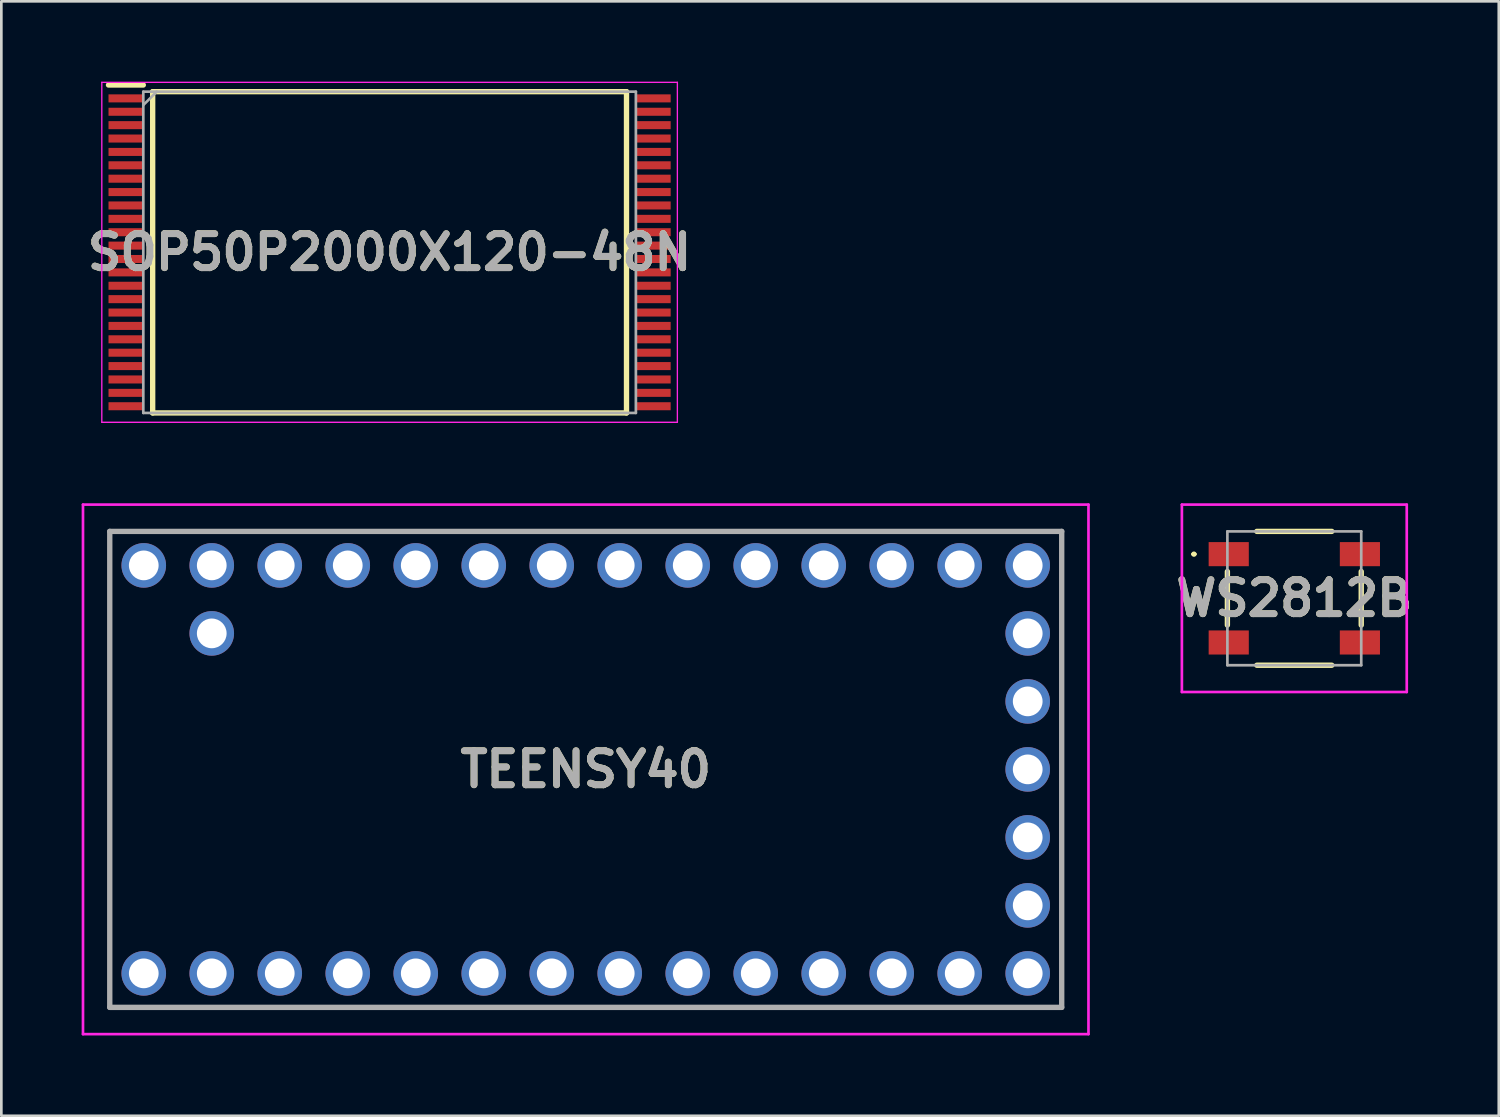
<source format=kicad_pcb>
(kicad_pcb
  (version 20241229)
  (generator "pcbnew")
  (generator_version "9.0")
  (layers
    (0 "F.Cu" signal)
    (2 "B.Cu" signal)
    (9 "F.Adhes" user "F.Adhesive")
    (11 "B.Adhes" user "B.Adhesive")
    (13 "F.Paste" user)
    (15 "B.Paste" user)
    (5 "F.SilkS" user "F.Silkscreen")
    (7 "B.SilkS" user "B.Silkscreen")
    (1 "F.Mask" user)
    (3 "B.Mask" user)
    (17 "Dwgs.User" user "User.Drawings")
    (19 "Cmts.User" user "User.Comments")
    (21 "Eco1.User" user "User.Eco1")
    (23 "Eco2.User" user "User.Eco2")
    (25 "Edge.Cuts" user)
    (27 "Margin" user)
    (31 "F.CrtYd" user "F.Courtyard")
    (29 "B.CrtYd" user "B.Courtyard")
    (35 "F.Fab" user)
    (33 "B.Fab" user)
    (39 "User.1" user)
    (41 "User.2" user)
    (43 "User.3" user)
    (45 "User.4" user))
  (footprint "SOP50P2000X120-48N"
    (layer "F.Cu")
    (at 11.503 6.375)
    (property "Reference" "SOP50P2000X120-48N" (at 0 0 0) (layer "F.SilkS") (effects (font (size 1.27 1.27) (thickness 0.254))))
    (attr smd)
    (fp_line (start -10.5 -6.25) (end -9.2 -6.25) (stroke (width 0.2) (type solid)) (layer "F.SilkS"))
    (fp_line (start -8.85 -6) (end 8.85 -6) (stroke (width 0.2) (type solid)) (layer "F.SilkS"))
    (fp_line (start -8.85 6) (end -8.85 -6) (stroke (width 0.2) (type solid)) (layer "F.SilkS"))
    (fp_line (start 8.85 -6) (end 8.85 6) (stroke (width 0.2) (type solid)) (layer "F.SilkS"))
    (fp_line (start 8.85 6) (end -8.85 6) (stroke (width 0.2) (type solid)) (layer "F.SilkS"))
    (fp_line (start -10.75 -6.35) (end 10.75 -6.35) (stroke (width 0.05) (type solid)) (layer "F.CrtYd"))
    (fp_line (start -10.75 6.35) (end -10.75 -6.35) (stroke (width 0.05) (type solid)) (layer "F.CrtYd"))
    (fp_line (start 10.75 -6.35) (end 10.75 6.35) (stroke (width 0.05) (type solid)) (layer "F.CrtYd"))
    (fp_line (start 10.75 6.35) (end -10.75 6.35) (stroke (width 0.05) (type solid)) (layer "F.CrtYd"))
    (fp_line (start -9.2 -6) (end 9.2 -6) (stroke (width 0.1) (type solid)) (layer "F.Fab"))
    (fp_line (start -9.2 -5.5) (end -8.7 -6) (stroke (width 0.1) (type solid)) (layer "F.Fab"))
    (fp_line (start -9.2 6) (end -9.2 -6) (stroke (width 0.1) (type solid)) (layer "F.Fab"))
    (fp_line (start 9.2 -6) (end 9.2 6) (stroke (width 0.1) (type solid)) (layer "F.Fab"))
    (fp_line (start 9.2 6) (end -9.2 6) (stroke (width 0.1) (type solid)) (layer "F.Fab"))
    (fp_text user "${REFERENCE}" (at 0 0 0) (layer "F.Fab") (effects (font (size 1.27 1.27) (thickness 0.254))))
    (pad "1" smd rect (at -9.85 -5.75 90) (size 0.3 1.3) (layers "F.Cu" "F.Mask" "F.Paste"))
    (pad "2" smd rect (at -9.85 -5.25 90) (size 0.3 1.3) (layers "F.Cu" "F.Mask" "F.Paste"))
    (pad "3" smd rect (at -9.85 -4.75 90) (size 0.3 1.3) (layers "F.Cu" "F.Mask" "F.Paste"))
    (pad "4" smd rect (at -9.85 -4.25 90) (size 0.3 1.3) (layers "F.Cu" "F.Mask" "F.Paste"))
    (pad "5" smd rect (at -9.85 -3.75 90) (size 0.3 1.3) (layers "F.Cu" "F.Mask" "F.Paste"))
    (pad "6" smd rect (at -9.85 -3.25 90) (size 0.3 1.3) (layers "F.Cu" "F.Mask" "F.Paste"))
    (pad "7" smd rect (at -9.85 -2.75 90) (size 0.3 1.3) (layers "F.Cu" "F.Mask" "F.Paste"))
    (pad "8" smd rect (at -9.85 -2.25 90) (size 0.3 1.3) (layers "F.Cu" "F.Mask" "F.Paste"))
    (pad "9" smd rect (at -9.85 -1.75 90) (size 0.3 1.3) (layers "F.Cu" "F.Mask" "F.Paste"))
    (pad "10" smd rect (at -9.85 -1.25 90) (size 0.3 1.3) (layers "F.Cu" "F.Mask" "F.Paste"))
    (pad "11" smd rect (at -9.85 -0.75 90) (size 0.3 1.3) (layers "F.Cu" "F.Mask" "F.Paste"))
    (pad "12" smd rect (at -9.85 -0.25 90) (size 0.3 1.3) (layers "F.Cu" "F.Mask" "F.Paste"))
    (pad "13" smd rect (at -9.85 0.25 90) (size 0.3 1.3) (layers "F.Cu" "F.Mask" "F.Paste"))
    (pad "14" smd rect (at -9.85 0.75 90) (size 0.3 1.3) (layers "F.Cu" "F.Mask" "F.Paste"))
    (pad "15" smd rect (at -9.85 1.25 90) (size 0.3 1.3) (layers "F.Cu" "F.Mask" "F.Paste"))
    (pad "16" smd rect (at -9.85 1.75 90) (size 0.3 1.3) (layers "F.Cu" "F.Mask" "F.Paste"))
    (pad "17" smd rect (at -9.85 2.25 90) (size 0.3 1.3) (layers "F.Cu" "F.Mask" "F.Paste"))
    (pad "18" smd rect (at -9.85 2.75 90) (size 0.3 1.3) (layers "F.Cu" "F.Mask" "F.Paste"))
    (pad "19" smd rect (at -9.85 3.25 90) (size 0.3 1.3) (layers "F.Cu" "F.Mask" "F.Paste"))
    (pad "20" smd rect (at -9.85 3.75 90) (size 0.3 1.3) (layers "F.Cu" "F.Mask" "F.Paste"))
    (pad "21" smd rect (at -9.85 4.25 90) (size 0.3 1.3) (layers "F.Cu" "F.Mask" "F.Paste"))
    (pad "22" smd rect (at -9.85 4.75 90) (size 0.3 1.3) (layers "F.Cu" "F.Mask" "F.Paste"))
    (pad "23" smd rect (at -9.85 5.25 90) (size 0.3 1.3) (layers "F.Cu" "F.Mask" "F.Paste"))
    (pad "24" smd rect (at -9.85 5.75 90) (size 0.3 1.3) (layers "F.Cu" "F.Mask" "F.Paste"))
    (pad "25" smd rect (at 9.85 5.75 90) (size 0.3 1.3) (layers "F.Cu" "F.Mask" "F.Paste"))
    (pad "26" smd rect (at 9.85 5.25 90) (size 0.3 1.3) (layers "F.Cu" "F.Mask" "F.Paste"))
    (pad "27" smd rect (at 9.85 4.75 90) (size 0.3 1.3) (layers "F.Cu" "F.Mask" "F.Paste"))
    (pad "28" smd rect (at 9.85 4.25 90) (size 0.3 1.3) (layers "F.Cu" "F.Mask" "F.Paste"))
    (pad "29" smd rect (at 9.85 3.75 90) (size 0.3 1.3) (layers "F.Cu" "F.Mask" "F.Paste"))
    (pad "30" smd rect (at 9.85 3.25 90) (size 0.3 1.3) (layers "F.Cu" "F.Mask" "F.Paste"))
    (pad "31" smd rect (at 9.85 2.75 90) (size 0.3 1.3) (layers "F.Cu" "F.Mask" "F.Paste"))
    (pad "32" smd rect (at 9.85 2.25 90) (size 0.3 1.3) (layers "F.Cu" "F.Mask" "F.Paste"))
    (pad "33" smd rect (at 9.85 1.75 90) (size 0.3 1.3) (layers "F.Cu" "F.Mask" "F.Paste"))
    (pad "34" smd rect (at 9.85 1.25 90) (size 0.3 1.3) (layers "F.Cu" "F.Mask" "F.Paste"))
    (pad "35" smd rect (at 9.85 0.75 90) (size 0.3 1.3) (layers "F.Cu" "F.Mask" "F.Paste"))
    (pad "36" smd rect (at 9.85 0.25 90) (size 0.3 1.3) (layers "F.Cu" "F.Mask" "F.Paste"))
    (pad "37" smd rect (at 9.85 -0.25 90) (size 0.3 1.3) (layers "F.Cu" "F.Mask" "F.Paste"))
    (pad "38" smd rect (at 9.85 -0.75 90) (size 0.3 1.3) (layers "F.Cu" "F.Mask" "F.Paste"))
    (pad "39" smd rect (at 9.85 -1.25 90) (size 0.3 1.3) (layers "F.Cu" "F.Mask" "F.Paste"))
    (pad "40" smd rect (at 9.85 -1.75 90) (size 0.3 1.3) (layers "F.Cu" "F.Mask" "F.Paste"))
    (pad "41" smd rect (at 9.85 -2.25 90) (size 0.3 1.3) (layers "F.Cu" "F.Mask" "F.Paste"))
    (pad "42" smd rect (at 9.85 -2.75 90) (size 0.3 1.3) (layers "F.Cu" "F.Mask" "F.Paste"))
    (pad "43" smd rect (at 9.85 -3.25 90) (size 0.3 1.3) (layers "F.Cu" "F.Mask" "F.Paste"))
    (pad "44" smd rect (at 9.85 -3.75 90) (size 0.3 1.3) (layers "F.Cu" "F.Mask" "F.Paste"))
    (pad "45" smd rect (at 9.85 -4.25 90) (size 0.3 1.3) (layers "F.Cu" "F.Mask" "F.Paste"))
    (pad "46" smd rect (at 9.85 -4.75 90) (size 0.3 1.3) (layers "F.Cu" "F.Mask" "F.Paste"))
    (pad "47" smd rect (at 9.85 -5.25 90) (size 0.3 1.3) (layers "F.Cu" "F.Mask" "F.Paste"))
    (pad "48" smd rect (at 9.85 -5.75 90) (size 0.3 1.3) (layers "F.Cu" "F.Mask" "F.Paste")))
  (footprint "TEENSY40"
    (layer "F.Cu")
    (at 2.32 33.31)
    (property "Reference" "TEENSY40" (at 16.51 -7.62 0) (layer "F.SilkS") (effects (font (size 1.27 1.27) (thickness 0.254))))
    (attr through_hole)
    (fp_line (start -1.27 -16.51) (end 34.29 -16.51) (stroke (width 0.1) (type solid)) (layer "F.SilkS"))
    (fp_line (start -1.27 1.27) (end -1.27 -16.51) (stroke (width 0.1) (type solid)) (layer "F.SilkS"))
    (fp_line (start 34.29 -16.51) (end 34.29 1.27) (stroke (width 0.1) (type solid)) (layer "F.SilkS"))
    (fp_line (start 34.29 1.27) (end -1.27 1.27) (stroke (width 0.1) (type solid)) (layer "F.SilkS"))
    (fp_line (start -2.27 -17.51) (end 35.29 -17.51) (stroke (width 0.1) (type solid)) (layer "F.CrtYd"))
    (fp_line (start -2.27 2.27) (end -2.27 -17.51) (stroke (width 0.1) (type solid)) (layer "F.CrtYd"))
    (fp_line (start 35.29 -17.51) (end 35.29 2.27) (stroke (width 0.1) (type solid)) (layer "F.CrtYd"))
    (fp_line (start 35.29 2.27) (end -2.27 2.27) (stroke (width 0.1) (type solid)) (layer "F.CrtYd"))
    (fp_line (start -1.27 -16.51) (end 34.29 -16.51) (stroke (width 0.2) (type solid)) (layer "F.Fab"))
    (fp_line (start -1.27 1.27) (end -1.27 -16.51) (stroke (width 0.2) (type solid)) (layer "F.Fab"))
    (fp_line (start 34.29 -16.51) (end 34.29 1.27) (stroke (width 0.2) (type solid)) (layer "F.Fab"))
    (fp_line (start 34.29 1.27) (end -1.27 1.27) (stroke (width 0.2) (type solid)) (layer "F.Fab"))
    (fp_text user "${REFERENCE}" (at 16.51 -7.62 0) (layer "F.Fab") (effects (font (size 1.27 1.27) (thickness 0.254))))
    (pad "1" thru_hole circle (at 0 0) (size 1.665 1.665) (drill 1.11) (layers "*.Cu" "*.Mask"))
    (pad "2" thru_hole circle (at 2.54 0) (size 1.665 1.665) (drill 1.11) (layers "*.Cu" "*.Mask"))
    (pad "3" thru_hole circle (at 5.08 0) (size 1.665 1.665) (drill 1.11) (layers "*.Cu" "*.Mask"))
    (pad "4" thru_hole circle (at 7.62 0) (size 1.665 1.665) (drill 1.11) (layers "*.Cu" "*.Mask"))
    (pad "5" thru_hole circle (at 10.16 0) (size 1.665 1.665) (drill 1.11) (layers "*.Cu" "*.Mask"))
    (pad "6" thru_hole circle (at 12.7 0) (size 1.665 1.665) (drill 1.11) (layers "*.Cu" "*.Mask"))
    (pad "7" thru_hole circle (at 15.24 0) (size 1.665 1.665) (drill 1.11) (layers "*.Cu" "*.Mask"))
    (pad "8" thru_hole circle (at 17.78 0) (size 1.665 1.665) (drill 1.11) (layers "*.Cu" "*.Mask"))
    (pad "9" thru_hole circle (at 20.32 0) (size 1.665 1.665) (drill 1.11) (layers "*.Cu" "*.Mask"))
    (pad "10" thru_hole circle (at 22.86 0) (size 1.665 1.665) (drill 1.11) (layers "*.Cu" "*.Mask"))
    (pad "11" thru_hole circle (at 25.4 0) (size 1.665 1.665) (drill 1.11) (layers "*.Cu" "*.Mask"))
    (pad "12" thru_hole circle (at 27.94 0) (size 1.665 1.665) (drill 1.11) (layers "*.Cu" "*.Mask"))
    (pad "13" thru_hole circle (at 30.48 0) (size 1.665 1.665) (drill 1.11) (layers "*.Cu" "*.Mask"))
    (pad "14" thru_hole circle (at 33.02 0) (size 1.665 1.665) (drill 1.11) (layers "*.Cu" "*.Mask"))
    (pad "15" thru_hole circle (at 33.02 -2.54) (size 1.665 1.665) (drill 1.11) (layers "*.Cu" "*.Mask"))
    (pad "16" thru_hole circle (at 33.02 -5.08) (size 1.665 1.665) (drill 1.11) (layers "*.Cu" "*.Mask"))
    (pad "17" thru_hole circle (at 33.02 -7.62) (size 1.665 1.665) (drill 1.11) (layers "*.Cu" "*.Mask"))
    (pad "18" thru_hole circle (at 33.02 -10.16) (size 1.665 1.665) (drill 1.11) (layers "*.Cu" "*.Mask"))
    (pad "19" thru_hole circle (at 33.02 -12.7) (size 1.665 1.665) (drill 1.11) (layers "*.Cu" "*.Mask"))
    (pad "20" thru_hole circle (at 33.02 -15.24) (size 1.665 1.665) (drill 1.11) (layers "*.Cu" "*.Mask"))
    (pad "21" thru_hole circle (at 30.48 -15.24) (size 1.665 1.665) (drill 1.11) (layers "*.Cu" "*.Mask"))
    (pad "22" thru_hole circle (at 27.94 -15.24) (size 1.665 1.665) (drill 1.11) (layers "*.Cu" "*.Mask"))
    (pad "23" thru_hole circle (at 25.4 -15.24) (size 1.665 1.665) (drill 1.11) (layers "*.Cu" "*.Mask"))
    (pad "24" thru_hole circle (at 22.86 -15.24) (size 1.665 1.665) (drill 1.11) (layers "*.Cu" "*.Mask"))
    (pad "25" thru_hole circle (at 20.32 -15.24) (size 1.665 1.665) (drill 1.11) (layers "*.Cu" "*.Mask"))
    (pad "26" thru_hole circle (at 17.78 -15.24) (size 1.665 1.665) (drill 1.11) (layers "*.Cu" "*.Mask"))
    (pad "27" thru_hole circle (at 15.24 -15.24) (size 1.665 1.665) (drill 1.11) (layers "*.Cu" "*.Mask"))
    (pad "28" thru_hole circle (at 12.7 -15.24) (size 1.665 1.665) (drill 1.11) (layers "*.Cu" "*.Mask"))
    (pad "29" thru_hole circle (at 10.16 -15.24) (size 1.665 1.665) (drill 1.11) (layers "*.Cu" "*.Mask"))
    (pad "30" thru_hole circle (at 7.62 -15.24) (size 1.665 1.665) (drill 1.11) (layers "*.Cu" "*.Mask"))
    (pad "31" thru_hole circle (at 5.08 -15.24) (size 1.665 1.665) (drill 1.11) (layers "*.Cu" "*.Mask"))
    (pad "32" thru_hole circle (at 2.54 -15.24) (size 1.665 1.665) (drill 1.11) (layers "*.Cu" "*.Mask"))
    (pad "33" thru_hole circle (at 0 -15.24) (size 1.665 1.665) (drill 1.11) (layers "*.Cu" "*.Mask"))
    (pad "34" thru_hole circle (at 2.54 -12.7) (size 1.665 1.665) (drill 1.11) (layers "*.Cu" "*.Mask")))
  (footprint "WS2812B"
    (layer "F.Cu")
    (at 45.299 19.3)
    (property "Reference" "WS2812B" (at 0 0 0) (layer "F.SilkS") (effects (font (size 1.27 1.27) (thickness 0.254))))
    (attr smd)
    (fp_line (start -3.8 -1.65) (end -3.8 -1.65) (stroke (width 0.1) (type solid)) (layer "F.SilkS"))
    (fp_line (start -3.7 -1.65) (end -3.7 -1.65) (stroke (width 0.1) (type solid)) (layer "F.SilkS"))
    (fp_line (start -2.5 1) (end -2.5 -1) (stroke (width 0.2) (type solid)) (layer "F.SilkS"))
    (fp_line (start -1.4 -2.5) (end 1.4 -2.5) (stroke (width 0.2) (type solid)) (layer "F.SilkS"))
    (fp_line (start -1.4 2.5) (end 1.4 2.5) (stroke (width 0.2) (type solid)) (layer "F.SilkS"))
    (fp_line (start 2.5 -1) (end 2.5 1) (stroke (width 0.2) (type solid)) (layer "F.SilkS"))
    (fp_arc (start -3.8 -1.65) (mid -3.75 -1.7) (end -3.7 -1.65) (stroke (width 0.1) (type solid)) (layer "F.SilkS"))
    (fp_arc (start -3.7 -1.65) (mid -3.75 -1.6) (end -3.8 -1.65) (stroke (width 0.1) (type solid)) (layer "F.SilkS"))
    (fp_line (start -4.2 -3.5) (end 4.2 -3.5) (stroke (width 0.1) (type solid)) (layer "F.CrtYd"))
    (fp_line (start -4.2 3.5) (end -4.2 -3.5) (stroke (width 0.1) (type solid)) (layer "F.CrtYd"))
    (fp_line (start 4.2 -3.5) (end 4.2 3.5) (stroke (width 0.1) (type solid)) (layer "F.CrtYd"))
    (fp_line (start 4.2 3.5) (end -4.2 3.5) (stroke (width 0.1) (type solid)) (layer "F.CrtYd"))
    (fp_line (start -2.5 -2.5) (end 2.5 -2.5) (stroke (width 0.1) (type solid)) (layer "F.Fab"))
    (fp_line (start -2.5 2.5) (end -2.5 -2.5) (stroke (width 0.1) (type solid)) (layer "F.Fab"))
    (fp_line (start 2.5 -2.5) (end 2.5 2.5) (stroke (width 0.1) (type solid)) (layer "F.Fab"))
    (fp_line (start 2.5 2.5) (end -2.5 2.5) (stroke (width 0.1) (type solid)) (layer "F.Fab"))
    (fp_text user "${REFERENCE}" (at 0 0 0) (layer "F.Fab") (effects (font (size 1.27 1.27) (thickness 0.254))))
    (pad "1" smd rect (at -2.45 -1.65 90) (size 0.9 1.5) (layers "F.Cu" "F.Mask" "F.Paste"))
    (pad "2" smd rect (at -2.45 1.65 90) (size 0.9 1.5) (layers "F.Cu" "F.Mask" "F.Paste"))
    (pad "3" smd rect (at 2.45 1.65 90) (size 0.9 1.5) (layers "F.Cu" "F.Mask" "F.Paste"))
    (pad "4" smd rect (at 2.45 -1.65 90) (size 0.9 1.5) (layers "F.Cu" "F.Mask" "F.Paste")))
  (gr_rect
    (start -3 -3)
    (end 52.937 38.63)
    (stroke (width 0.1) (type default))
    (fill no)
    (layer "Edge.Cuts")))
</source>
